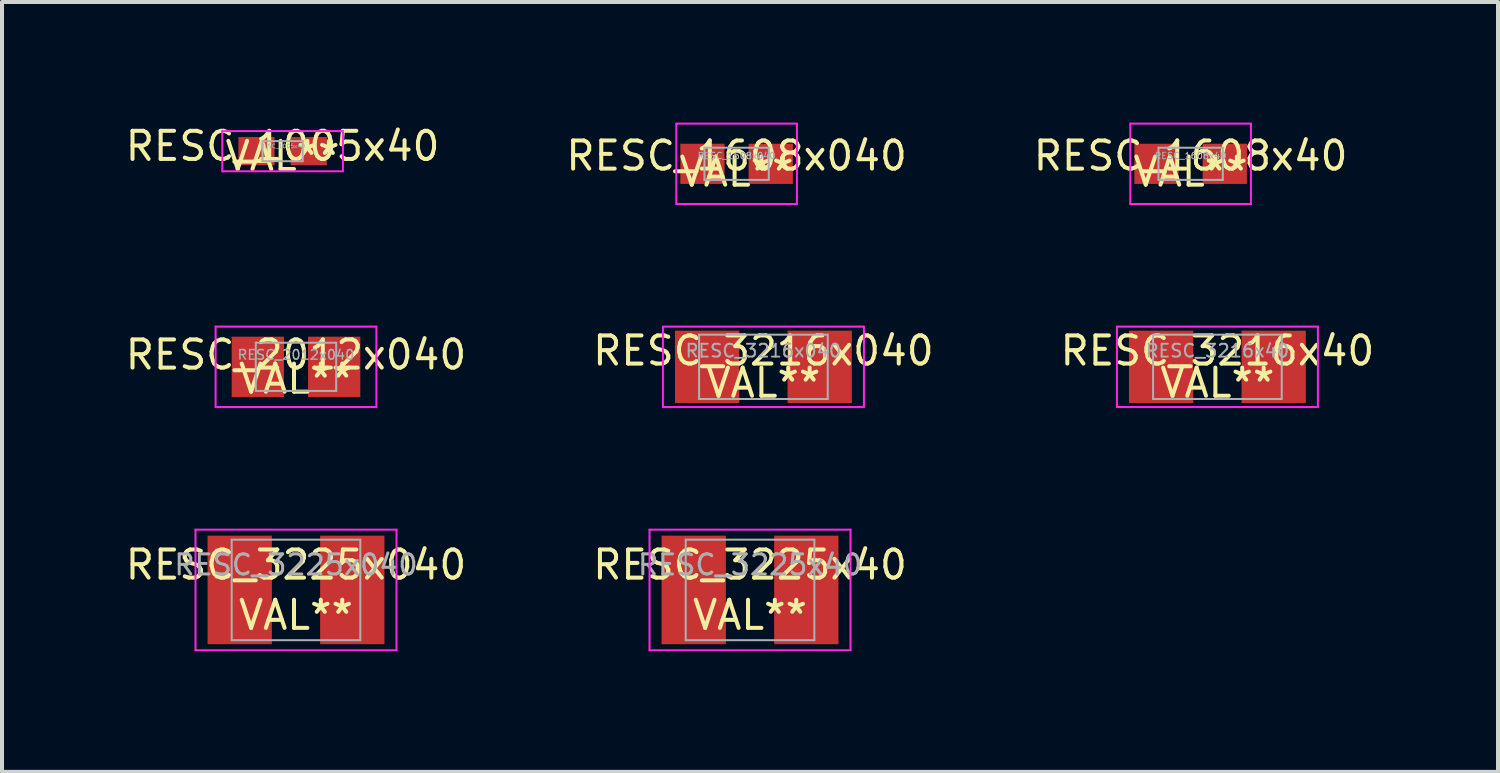
<source format=kicad_pcb>
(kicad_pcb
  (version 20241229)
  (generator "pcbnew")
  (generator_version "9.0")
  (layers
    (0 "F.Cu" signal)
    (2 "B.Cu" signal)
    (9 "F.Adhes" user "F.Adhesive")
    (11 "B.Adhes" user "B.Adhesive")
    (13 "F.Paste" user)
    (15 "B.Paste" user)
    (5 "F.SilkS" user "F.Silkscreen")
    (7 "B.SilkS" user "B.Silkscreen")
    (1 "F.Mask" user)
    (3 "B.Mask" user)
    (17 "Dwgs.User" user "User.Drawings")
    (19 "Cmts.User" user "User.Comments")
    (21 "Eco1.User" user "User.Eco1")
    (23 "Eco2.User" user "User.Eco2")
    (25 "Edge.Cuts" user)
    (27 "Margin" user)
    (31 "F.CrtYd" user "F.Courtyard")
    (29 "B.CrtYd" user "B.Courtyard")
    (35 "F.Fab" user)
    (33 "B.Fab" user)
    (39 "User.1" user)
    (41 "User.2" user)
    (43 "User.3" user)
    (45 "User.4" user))
  (footprint "RESC_2012x040"
    (layer "F.Cu")
    (at 4.313 6.075)
    (property "Reference" "RESC_2012x040" (at 0 -0.3 0) (layer "F.Fab") (effects (font (size 0.24 0.24) (thickness 0.036))))
    (property "Value" "VAL**" (at 0 0.3 0) (layer "F.Fab") (hide yes) (effects (font (size 0.24 0.24) (thickness 0.036))))
    (attr smd)
    (fp_line (start -2 -1) (end 2 -1) (stroke (width 0.05) (type solid)) (layer "F.CrtYd"))
    (fp_line (start -2 1) (end -2 -1) (stroke (width 0.05) (type solid)) (layer "F.CrtYd"))
    (fp_line (start 2 -1) (end 2 1) (stroke (width 0.05) (type solid)) (layer "F.CrtYd"))
    (fp_line (start 2 1) (end -2 1) (stroke (width 0.05) (type solid)) (layer "F.CrtYd"))
    (fp_line (start -1 -0.6) (end 1 -0.6) (stroke (width 0.05) (type solid)) (layer "F.Fab"))
    (fp_line (start -1 0.6) (end -1 -0.6) (stroke (width 0.05) (type solid)) (layer "F.Fab"))
    (fp_line (start 1 -0.6) (end 1 0.6) (stroke (width 0.05) (type solid)) (layer "F.Fab"))
    (fp_line (start 1 0.6) (end -1 0.6) (stroke (width 0.05) (type solid)) (layer "F.Fab"))
    (fp_text user "${VALUE}" (at 0 0.3 0) (layer "F.SilkS") (effects (font (size 0.7 0.7) (thickness 0.1))))
    (fp_text user "${REFERENCE}" (at 0 -0.3 0) (layer "F.SilkS") (effects (font (size 0.7 0.7) (thickness 0.1))))
    (pad "1" smd rect (at -0.95 0) (size 1.3 1.5) (layers "F.Cu" "F.Mask" "F.Paste"))
    (pad "2" smd rect (at 0.95 0) (size 1.3 1.5) (layers "F.Cu" "F.Mask" "F.Paste")))
  (footprint "RESC_3216x40"
    (layer "F.Cu")
    (at 27.233 6.075)
    (property "Reference" "RESC_3216x40" (at 0 -0.4 0) (layer "F.Fab") (effects (font (size 0.32 0.32) (thickness 0.048))))
    (property "Value" "VAL**" (at 0 0.4 0) (layer "F.Fab") (hide yes) (effects (font (size 0.32 0.32) (thickness 0.048))))
    (attr smd)
    (fp_line (start -2.5 -1) (end 2.5 -1) (stroke (width 0.05) (type solid)) (layer "F.CrtYd"))
    (fp_line (start -2.5 1) (end -2.5 -1) (stroke (width 0.05) (type solid)) (layer "F.CrtYd"))
    (fp_line (start 2.5 -1) (end 2.5 1) (stroke (width 0.05) (type solid)) (layer "F.CrtYd"))
    (fp_line (start 2.5 1) (end -2.5 1) (stroke (width 0.05) (type solid)) (layer "F.CrtYd"))
    (fp_line (start -1.6 -0.8) (end 1.6 -0.8) (stroke (width 0.05) (type solid)) (layer "F.Fab"))
    (fp_line (start -1.6 0.8) (end -1.6 -0.8) (stroke (width 0.05) (type solid)) (layer "F.Fab"))
    (fp_line (start 1.6 -0.8) (end 1.6 0.8) (stroke (width 0.05) (type solid)) (layer "F.Fab"))
    (fp_line (start 1.6 0.8) (end -1.6 0.8) (stroke (width 0.05) (type solid)) (layer "F.Fab"))
    (fp_text user "${VALUE}" (at 0 0.4 0) (layer "F.SilkS") (effects (font (size 0.7 0.7) (thickness 0.1))))
    (fp_text user "${REFERENCE}" (at 0 -0.4 0) (layer "F.SilkS") (effects (font (size 0.7 0.7) (thickness 0.1))))
    (pad "1" smd rect (at -1.4 0) (size 1.6 1.8) (layers "F.Cu" "F.Mask" "F.Paste"))
    (pad "2" smd rect (at 1.4 0) (size 1.6 1.8) (layers "F.Cu" "F.Mask" "F.Paste")))
  (footprint "RESC_3225x40"
    (layer "F.Cu")
    (at 15.607 11.625)
    (property "Reference" "RESC_3225x40" (at 0 -0.625 0) (layer "F.Fab") (effects (font (size 0.5 0.5) (thickness 0.075))))
    (property "Value" "VAL**" (at 0 0.625 0) (layer "F.Fab") (hide yes) (effects (font (size 0.5 0.5) (thickness 0.075))))
    (attr smd)
    (fp_line (start -2.5 -1.5) (end 2.5 -1.5) (stroke (width 0.05) (type solid)) (layer "F.CrtYd"))
    (fp_line (start -2.5 1.5) (end -2.5 -1.5) (stroke (width 0.05) (type solid)) (layer "F.CrtYd"))
    (fp_line (start 2.5 -1.5) (end 2.5 1.5) (stroke (width 0.05) (type solid)) (layer "F.CrtYd"))
    (fp_line (start 2.5 1.5) (end -2.5 1.5) (stroke (width 0.05) (type solid)) (layer "F.CrtYd"))
    (fp_line (start -1.6 -1.25) (end 1.6 -1.25) (stroke (width 0.05) (type solid)) (layer "F.Fab"))
    (fp_line (start -1.6 1.25) (end -1.6 -1.25) (stroke (width 0.05) (type solid)) (layer "F.Fab"))
    (fp_line (start 1.6 -1.25) (end 1.6 1.25) (stroke (width 0.05) (type solid)) (layer "F.Fab"))
    (fp_line (start 1.6 1.25) (end -1.6 1.25) (stroke (width 0.05) (type solid)) (layer "F.Fab"))
    (fp_text user "${VALUE}" (at 0 0.625 0) (layer "F.SilkS") (effects (font (size 0.7 0.7) (thickness 0.1))))
    (fp_text user "${REFERENCE}" (at 0 -0.625 0) (layer "F.SilkS") (effects (font (size 0.7 0.7) (thickness 0.1))))
    (pad "1" smd rect (at -1.4 0) (size 1.6 2.7) (layers "F.Cu" "F.Mask" "F.Paste"))
    (pad "2" smd rect (at 1.4 0) (size 1.6 2.7) (layers "F.Cu" "F.Mask" "F.Paste")))
  (footprint "RESC_3216x040"
    (layer "F.Cu")
    (at 15.94 6.075)
    (property "Reference" "RESC_3216x040" (at 0 -0.4 0) (layer "F.Fab") (effects (font (size 0.32 0.32) (thickness 0.048))))
    (property "Value" "VAL**" (at 0 0.4 0) (layer "F.Fab") (hide yes) (effects (font (size 0.32 0.32) (thickness 0.048))))
    (attr smd)
    (fp_line (start -2.5 -1) (end 2.5 -1) (stroke (width 0.05) (type solid)) (layer "F.CrtYd"))
    (fp_line (start -2.5 1) (end -2.5 -1) (stroke (width 0.05) (type solid)) (layer "F.CrtYd"))
    (fp_line (start 2.5 -1) (end 2.5 1) (stroke (width 0.05) (type solid)) (layer "F.CrtYd"))
    (fp_line (start 2.5 1) (end -2.5 1) (stroke (width 0.05) (type solid)) (layer "F.CrtYd"))
    (fp_line (start -1.6 -0.8) (end 1.6 -0.8) (stroke (width 0.05) (type solid)) (layer "F.Fab"))
    (fp_line (start -1.6 0.8) (end -1.6 -0.8) (stroke (width 0.05) (type solid)) (layer "F.Fab"))
    (fp_line (start 1.6 -0.8) (end 1.6 0.8) (stroke (width 0.05) (type solid)) (layer "F.Fab"))
    (fp_line (start 1.6 0.8) (end -1.6 0.8) (stroke (width 0.05) (type solid)) (layer "F.Fab"))
    (fp_text user "${VALUE}" (at 0 0.4 0) (layer "F.SilkS") (effects (font (size 0.7 0.7) (thickness 0.1))))
    (fp_text user "${REFERENCE}" (at 0 -0.4 0) (layer "F.SilkS") (effects (font (size 0.7 0.7) (thickness 0.1))))
    (pad "1" smd rect (at -1.4 0) (size 1.6 1.8) (layers "F.Cu" "F.Mask" "F.Paste"))
    (pad "2" smd rect (at 1.4 0) (size 1.6 1.8) (layers "F.Cu" "F.Mask" "F.Paste")))
  (footprint "RESC_1608x040"
    (layer "F.Cu")
    (at 15.273 1.025)
    (property "Reference" "RESC_1608x040" (at 0 -0.2 0) (layer "F.Fab") (effects (font (size 0.16 0.16) (thickness 0.024))))
    (property "Value" "VAL**" (at 0 0.2 0) (layer "F.Fab") (hide yes) (effects (font (size 0.16 0.16) (thickness 0.024))))
    (attr smd)
    (fp_line (start -1.5 -1) (end 1.5 -1) (stroke (width 0.05) (type solid)) (layer "F.CrtYd"))
    (fp_line (start -1.5 1) (end -1.5 -1) (stroke (width 0.05) (type solid)) (layer "F.CrtYd"))
    (fp_line (start 1.5 -1) (end 1.5 1) (stroke (width 0.05) (type solid)) (layer "F.CrtYd"))
    (fp_line (start 1.5 1) (end -1.5 1) (stroke (width 0.05) (type solid)) (layer "F.CrtYd"))
    (fp_line (start -0.8 -0.4) (end 0.8 -0.4) (stroke (width 0.05) (type solid)) (layer "F.Fab"))
    (fp_line (start -0.8 0.4) (end -0.8 -0.4) (stroke (width 0.05) (type solid)) (layer "F.Fab"))
    (fp_line (start 0.8 -0.4) (end 0.8 0.4) (stroke (width 0.05) (type solid)) (layer "F.Fab"))
    (fp_line (start 0.8 0.4) (end -0.8 0.4) (stroke (width 0.05) (type solid)) (layer "F.Fab"))
    (fp_text user "${REFERENCE}" (at 0 -0.2 0) (layer "F.SilkS") (effects (font (size 0.7 0.7) (thickness 0.1))))
    (fp_text user "${VALUE}" (at 0 0.2 0) (layer "F.SilkS") (effects (font (size 0.7 0.7) (thickness 0.1))))
    (pad "1" smd rect (at -0.85 0) (size 1.1 1) (layers "F.Cu" "F.Mask" "F.Paste"))
    (pad "2" smd rect (at 0.85 0) (size 1.1 1) (layers "F.Cu" "F.Mask" "F.Paste")))
  (footprint "RESC_1608x40"
    (layer "F.Cu")
    (at 26.567 1.025)
    (property "Reference" "RESC_1608x40" (at 0 -0.2 0) (layer "F.Fab") (effects (font (size 0.16 0.16) (thickness 0.024))))
    (property "Value" "VAL**" (at 0 0.2 0) (layer "F.Fab") (hide yes) (effects (font (size 0.16 0.16) (thickness 0.024))))
    (attr smd)
    (fp_line (start -1.5 -1) (end 1.5 -1) (stroke (width 0.05) (type solid)) (layer "F.CrtYd"))
    (fp_line (start -1.5 1) (end -1.5 -1) (stroke (width 0.05) (type solid)) (layer "F.CrtYd"))
    (fp_line (start 1.5 -1) (end 1.5 1) (stroke (width 0.05) (type solid)) (layer "F.CrtYd"))
    (fp_line (start 1.5 1) (end -1.5 1) (stroke (width 0.05) (type solid)) (layer "F.CrtYd"))
    (fp_line (start -0.8 -0.4) (end 0.8 -0.4) (stroke (width 0.05) (type solid)) (layer "F.Fab"))
    (fp_line (start -0.8 0.4) (end -0.8 -0.4) (stroke (width 0.05) (type solid)) (layer "F.Fab"))
    (fp_line (start 0.8 -0.4) (end 0.8 0.4) (stroke (width 0.05) (type solid)) (layer "F.Fab"))
    (fp_line (start 0.8 0.4) (end -0.8 0.4) (stroke (width 0.05) (type solid)) (layer "F.Fab"))
    (fp_text user "${REFERENCE}" (at 0 -0.2 0) (layer "F.SilkS") (effects (font (size 0.7 0.7) (thickness 0.1))))
    (fp_text user "${VALUE}" (at 0 0.2 0) (layer "F.SilkS") (effects (font (size 0.7 0.7) (thickness 0.1))))
    (pad "1" smd rect (at -0.85 0) (size 1.1 1) (layers "F.Cu" "F.Mask" "F.Paste"))
    (pad "2" smd rect (at 0.85 0) (size 1.1 1) (layers "F.Cu" "F.Mask" "F.Paste")))
  (footprint "RESC_1005x40"
    (layer "F.Cu")
    (at 3.98 0.71)
    (property "Reference" "RESC_1005x40" (at 0 -0.125 0) (layer "F.Fab") (effects (font (size 0.1 0.1) (thickness 0.015))))
    (property "Value" "VAL**" (at 0 0.125 0) (layer "F.Fab") (hide yes) (effects (font (size 0.1 0.1) (thickness 0.015))))
    (attr smd)
    (fp_line (start -1.5 -0.5) (end 1.5 -0.5) (stroke (width 0.05) (type solid)) (layer "F.CrtYd"))
    (fp_line (start -1.5 0.5) (end -1.5 -0.5) (stroke (width 0.05) (type solid)) (layer "F.CrtYd"))
    (fp_line (start 1.5 -0.5) (end 1.5 0.5) (stroke (width 0.05) (type solid)) (layer "F.CrtYd"))
    (fp_line (start 1.5 0.5) (end -1.5 0.5) (stroke (width 0.05) (type solid)) (layer "F.CrtYd"))
    (fp_line (start -0.5 -0.25) (end 0.5 -0.25) (stroke (width 0.05) (type solid)) (layer "F.Fab"))
    (fp_line (start -0.5 0.25) (end -0.5 -0.25) (stroke (width 0.05) (type solid)) (layer "F.Fab"))
    (fp_line (start 0.5 -0.25) (end 0.5 0.25) (stroke (width 0.05) (type solid)) (layer "F.Fab"))
    (fp_line (start 0.5 0.25) (end -0.5 0.25) (stroke (width 0.05) (type solid)) (layer "F.Fab"))
    (fp_text user "${REFERENCE}" (at 0 -0.125 0) (layer "F.SilkS") (effects (font (size 0.7 0.7) (thickness 0.1))))
    (fp_text user "${VALUE}" (at 0 0.125 0) (layer "F.SilkS") (effects (font (size 0.7 0.7) (thickness 0.1))))
    (pad "1" smd rect (at -0.65 0) (size 0.9 0.7) (layers "F.Cu" "F.Mask" "F.Paste"))
    (pad "2" smd rect (at 0.65 0) (size 0.9 0.7) (layers "F.Cu" "F.Mask" "F.Paste")))
  (footprint "RESC_3225x040"
    (layer "F.Cu")
    (at 4.313 11.625)
    (property "Reference" "RESC_3225x040" (at 0 -0.625 0) (layer "F.Fab") (effects (font (size 0.5 0.5) (thickness 0.075))))
    (property "Value" "VAL**" (at 0 0.625 0) (layer "F.Fab") (hide yes) (effects (font (size 0.5 0.5) (thickness 0.075))))
    (attr smd)
    (fp_line (start -2.5 -1.5) (end 2.5 -1.5) (stroke (width 0.05) (type solid)) (layer "F.CrtYd"))
    (fp_line (start -2.5 1.5) (end -2.5 -1.5) (stroke (width 0.05) (type solid)) (layer "F.CrtYd"))
    (fp_line (start 2.5 -1.5) (end 2.5 1.5) (stroke (width 0.05) (type solid)) (layer "F.CrtYd"))
    (fp_line (start 2.5 1.5) (end -2.5 1.5) (stroke (width 0.05) (type solid)) (layer "F.CrtYd"))
    (fp_line (start -1.6 -1.25) (end 1.6 -1.25) (stroke (width 0.05) (type solid)) (layer "F.Fab"))
    (fp_line (start -1.6 1.25) (end -1.6 -1.25) (stroke (width 0.05) (type solid)) (layer "F.Fab"))
    (fp_line (start 1.6 -1.25) (end 1.6 1.25) (stroke (width 0.05) (type solid)) (layer "F.Fab"))
    (fp_line (start 1.6 1.25) (end -1.6 1.25) (stroke (width 0.05) (type solid)) (layer "F.Fab"))
    (fp_text user "${VALUE}" (at 0 0.625 0) (layer "F.SilkS") (effects (font (size 0.7 0.7) (thickness 0.1))))
    (fp_text user "${REFERENCE}" (at 0 -0.625 0) (layer "F.SilkS") (effects (font (size 0.7 0.7) (thickness 0.1))))
    (pad "1" smd rect (at -1.4 0) (size 1.6 2.7) (layers "F.Cu" "F.Mask" "F.Paste"))
    (pad "2" smd rect (at 1.4 0) (size 1.6 2.7) (layers "F.Cu" "F.Mask" "F.Paste")))
  (gr_rect
    (start -3 -3)
    (end 34.213 16.15)
    (stroke (width 0.1) (type default))
    (fill no)
    (layer "Edge.Cuts")))
</source>
